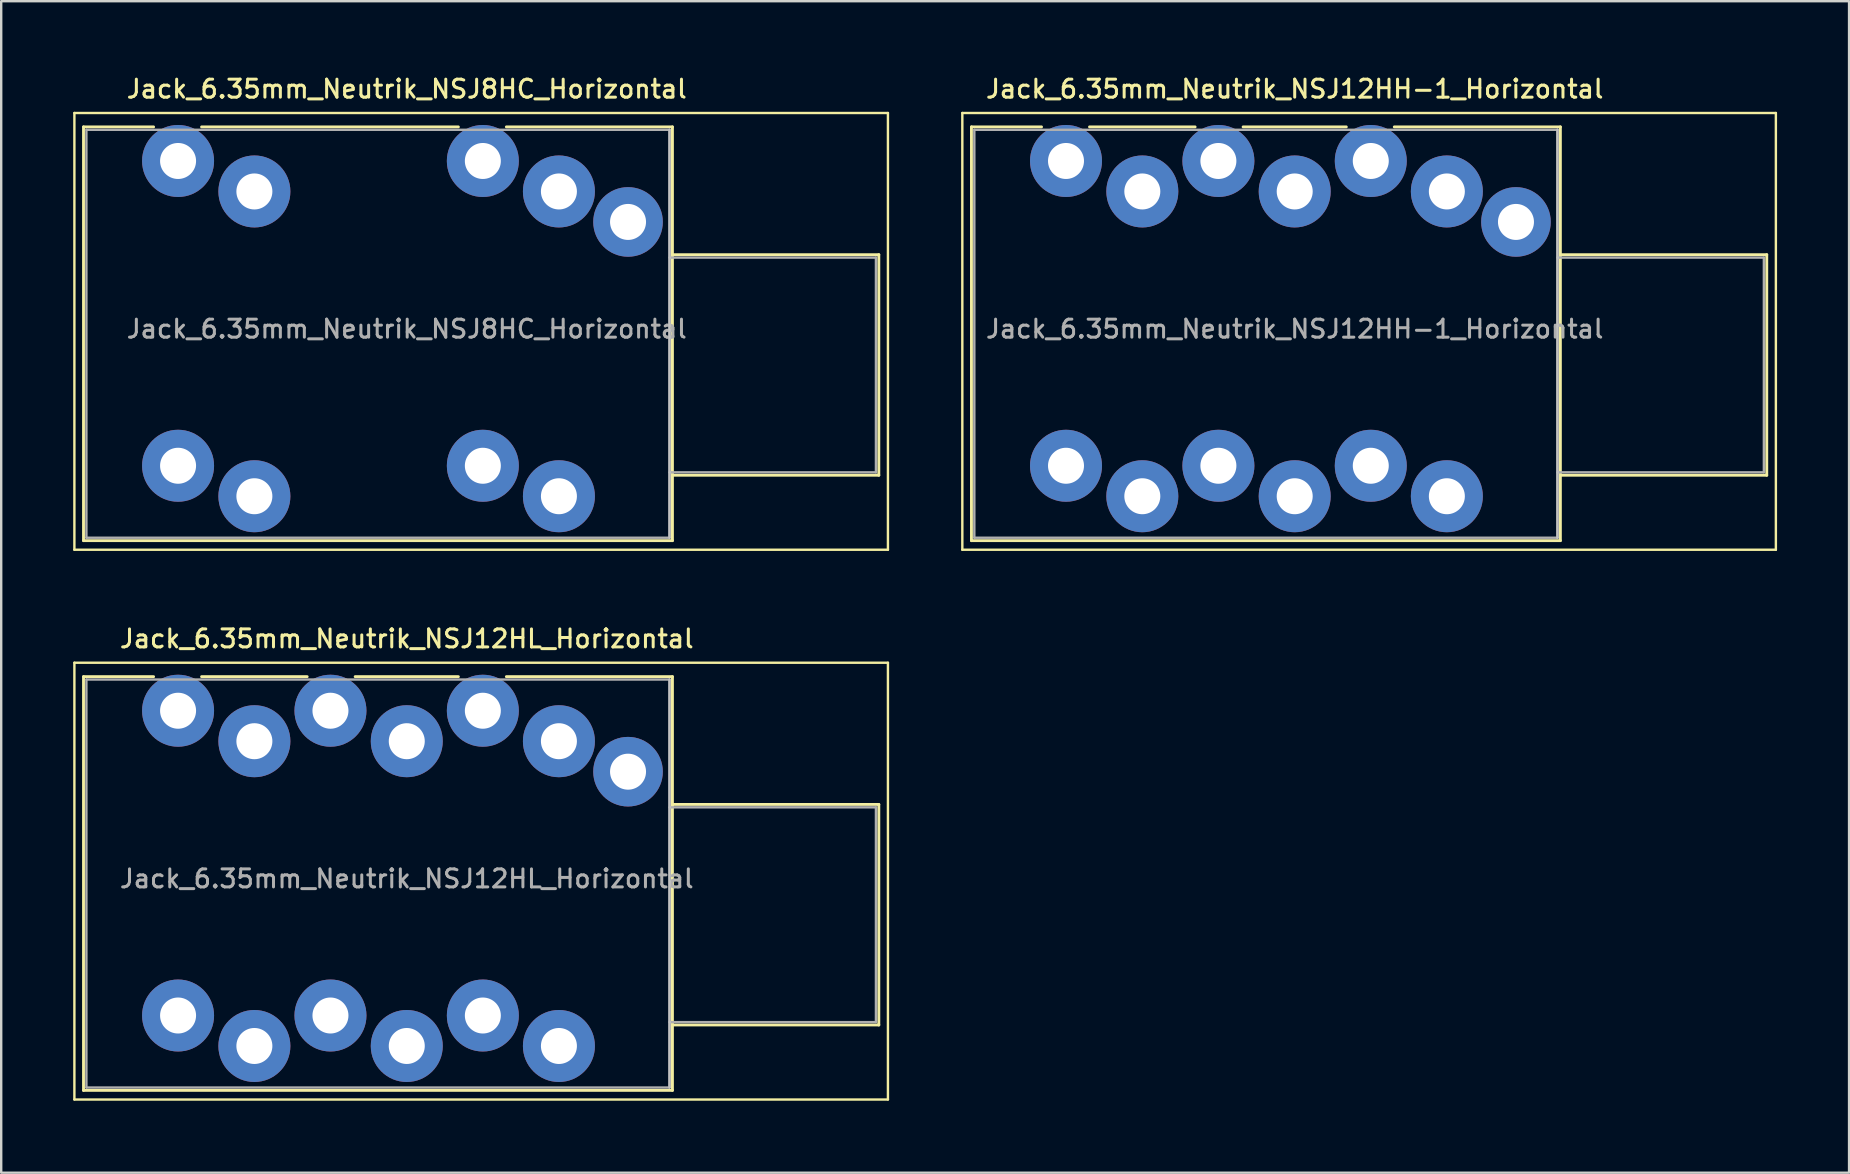
<source format=kicad_pcb>
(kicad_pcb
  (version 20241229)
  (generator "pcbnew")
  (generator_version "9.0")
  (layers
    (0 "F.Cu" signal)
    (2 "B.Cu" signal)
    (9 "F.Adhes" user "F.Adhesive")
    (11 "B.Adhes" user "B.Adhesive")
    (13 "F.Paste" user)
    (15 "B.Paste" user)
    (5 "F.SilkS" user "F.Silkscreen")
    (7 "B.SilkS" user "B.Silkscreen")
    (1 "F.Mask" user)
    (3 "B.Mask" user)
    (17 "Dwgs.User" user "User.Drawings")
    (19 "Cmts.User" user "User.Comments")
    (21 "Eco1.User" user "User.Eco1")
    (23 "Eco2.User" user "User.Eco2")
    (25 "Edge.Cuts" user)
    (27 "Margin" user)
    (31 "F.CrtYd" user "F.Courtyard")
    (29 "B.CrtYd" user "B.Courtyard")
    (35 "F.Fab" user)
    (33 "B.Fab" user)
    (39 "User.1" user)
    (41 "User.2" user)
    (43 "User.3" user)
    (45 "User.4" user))
  (footprint "Jack_6.35mm_Neutrik_NSJ12HL_Horizontal"
    (layer "F.Cu")
    (at 4.37 26.566)
    (property "Reference" "Jack_6.35mm_Neutrik_NSJ12HL_Horizontal" (at 9.53 -3 0) (layer "F.SilkS") (effects (font (size 0.75 0.75) (thickness 0.125))))
    (attr through_hole)
    (fp_line (start -4.32 16.2) (end -4.32 -2) (stroke (width 0.1) (type solid)) (layer "F.SilkS"))
    (fp_line (start -4.32 16.2) (end 29.58 16.2) (stroke (width 0.1) (type solid)) (layer "F.SilkS"))
    (fp_line (start -3.94 -1.42) (end -1.02 -1.42) (stroke (width 0.12) (type solid)) (layer "F.SilkS"))
    (fp_line (start -3.94 15.82) (end -3.94 -1.42) (stroke (width 0.12) (type solid)) (layer "F.SilkS"))
    (fp_line (start -3.94 15.82) (end 20.6 15.82) (stroke (width 0.12) (type solid)) (layer "F.SilkS"))
    (fp_line (start 0.98 -1.42) (end 5.38 -1.42) (stroke (width 0.12) (type solid)) (layer "F.SilkS"))
    (fp_line (start 7.38 -1.42) (end 11.68 -1.42) (stroke (width 0.12) (type solid)) (layer "F.SilkS"))
    (fp_line (start 13.68 -1.42) (end 20.6 -1.42) (stroke (width 0.12) (type solid)) (layer "F.SilkS"))
    (fp_line (start 20.6 -1.42) (end 20.6 15.82) (stroke (width 0.12) (type solid)) (layer "F.SilkS"))
    (fp_line (start 29.2 3.905) (end 20.6 3.905) (stroke (width 0.12) (type solid)) (layer "F.SilkS"))
    (fp_line (start 29.2 13.095) (end 20.6 13.095) (stroke (width 0.12) (type solid)) (layer "F.SilkS"))
    (fp_line (start 29.2 13.095) (end 29.2 3.905) (stroke (width 0.12) (type solid)) (layer "F.SilkS"))
    (fp_line (start 29.58 -2) (end -4.32 -2) (stroke (width 0.1) (type solid)) (layer "F.SilkS"))
    (fp_line (start 29.58 16.2) (end 29.58 -2) (stroke (width 0.1) (type solid)) (layer "F.SilkS"))
    (fp_line (start 20.48 -1.3) (end 20.48 15.7) (stroke (width 0.1) (type solid)) (layer "Dwgs.User"))
    (fp_line (start -3.82 -1.3) (end 20.48 -1.3) (stroke (width 0.1) (type solid)) (layer "F.Fab"))
    (fp_line (start -3.82 15.7) (end -3.82 -1.3) (stroke (width 0.1) (type solid)) (layer "F.Fab"))
    (fp_line (start 20.48 -1.3) (end 20.48 15.7) (stroke (width 0.1) (type solid)) (layer "F.Fab"))
    (fp_line (start 20.48 12.975) (end 29.08 12.975) (stroke (width 0.1) (type solid)) (layer "F.Fab"))
    (fp_line (start 20.48 15.7) (end -3.82 15.7) (stroke (width 0.1) (type solid)) (layer "F.Fab"))
    (fp_line (start 29.08 4.025) (end 20.48 4.025) (stroke (width 0.1) (type solid)) (layer "F.Fab"))
    (fp_line (start 29.08 12.975) (end 29.08 4.025) (stroke (width 0.1) (type solid)) (layer "F.Fab"))
    (fp_text user "${REFERENCE}" (at 9.53 7 0) (layer "F.Fab") (effects (font (size 0.75 0.75) (thickness 0.125))))
    (pad "G" thru_hole circle (at 18.75 2.54) (size 2.9 2.9) (drill 1.5) (layers "*.Cu" "*.Mask"))
    (pad "R1" thru_hole circle (at 6.35 0) (size 3 3) (drill 1.5) (layers "*.Cu" "*.Mask"))
    (pad "R2" thru_hole circle (at 9.53 1.27) (size 3 3) (drill 1.5) (layers "*.Cu" "*.Mask"))
    (pad "RN1" thru_hole circle (at 6.35 12.7) (size 3 3) (drill 1.5) (layers "*.Cu" "*.Mask"))
    (pad "RN2" thru_hole circle (at 9.53 13.97) (size 3 3) (drill 1.5) (layers "*.Cu" "*.Mask"))
    (pad "S1" thru_hole circle (at 12.7 0) (size 3 3) (drill 1.5) (layers "*.Cu" "*.Mask"))
    (pad "S2" thru_hole circle (at 15.87 1.27) (size 3 3) (drill 1.5) (layers "*.Cu" "*.Mask"))
    (pad "SN1" thru_hole circle (at 12.7 12.7) (size 3 3) (drill 1.5) (layers "*.Cu" "*.Mask"))
    (pad "SN2" thru_hole circle (at 15.87 13.97) (size 3 3) (drill 1.5) (layers "*.Cu" "*.Mask"))
    (pad "T1" thru_hole circle (at 0 0) (size 3 3) (drill 1.5) (layers "*.Cu" "*.Mask"))
    (pad "T2" thru_hole circle (at 3.18 1.27) (size 3 3) (drill 1.5) (layers "*.Cu" "*.Mask"))
    (pad "TN1" thru_hole circle (at 0 12.7) (size 3 3) (drill 1.5) (layers "*.Cu" "*.Mask"))
    (pad "TN2" thru_hole circle (at 3.18 13.97) (size 3 3) (drill 1.5) (layers "*.Cu" "*.Mask")))
  (footprint "Jack_6.35mm_Neutrik_NSJ8HC_Horizontal"
    (layer "F.Cu")
    (at 4.37 3.658)
    (property "Reference" "Jack_6.35mm_Neutrik_NSJ8HC_Horizontal" (at 9.53 -3 0) (layer "F.SilkS") (effects (font (size 0.75 0.75) (thickness 0.125))))
    (attr through_hole)
    (fp_line (start -4.32 16.2) (end -4.32 -2) (stroke (width 0.1) (type solid)) (layer "F.SilkS"))
    (fp_line (start -4.32 16.2) (end 29.58 16.2) (stroke (width 0.1) (type solid)) (layer "F.SilkS"))
    (fp_line (start -3.94 -1.42) (end -1.02 -1.42) (stroke (width 0.12) (type solid)) (layer "F.SilkS"))
    (fp_line (start -3.94 15.82) (end -3.94 -1.42) (stroke (width 0.12) (type solid)) (layer "F.SilkS"))
    (fp_line (start -3.94 15.82) (end 20.6 15.82) (stroke (width 0.12) (type solid)) (layer "F.SilkS"))
    (fp_line (start 0.98 -1.42) (end 11.68 -1.42) (stroke (width 0.12) (type solid)) (layer "F.SilkS"))
    (fp_line (start 13.68 -1.42) (end 20.6 -1.42) (stroke (width 0.12) (type solid)) (layer "F.SilkS"))
    (fp_line (start 20.6 -1.42) (end 20.6 15.82) (stroke (width 0.12) (type solid)) (layer "F.SilkS"))
    (fp_line (start 29.2 3.905) (end 20.6 3.905) (stroke (width 0.12) (type solid)) (layer "F.SilkS"))
    (fp_line (start 29.2 13.095) (end 20.6 13.095) (stroke (width 0.12) (type solid)) (layer "F.SilkS"))
    (fp_line (start 29.2 13.095) (end 29.2 3.905) (stroke (width 0.12) (type solid)) (layer "F.SilkS"))
    (fp_line (start 29.58 -2) (end -4.32 -2) (stroke (width 0.1) (type solid)) (layer "F.SilkS"))
    (fp_line (start 29.58 16.2) (end 29.58 -2) (stroke (width 0.1) (type solid)) (layer "F.SilkS"))
    (fp_line (start 20.48 -1.3) (end 20.48 15.7) (stroke (width 0.1) (type solid)) (layer "Dwgs.User"))
    (fp_line (start -3.82 -1.3) (end 20.48 -1.3) (stroke (width 0.1) (type solid)) (layer "F.Fab"))
    (fp_line (start -3.82 15.7) (end -3.82 -1.3) (stroke (width 0.1) (type solid)) (layer "F.Fab"))
    (fp_line (start 20.48 -1.3) (end 20.48 15.7) (stroke (width 0.1) (type solid)) (layer "F.Fab"))
    (fp_line (start 20.48 12.975) (end 29.08 12.975) (stroke (width 0.1) (type solid)) (layer "F.Fab"))
    (fp_line (start 20.48 15.7) (end -3.82 15.7) (stroke (width 0.1) (type solid)) (layer "F.Fab"))
    (fp_line (start 29.08 4.025) (end 20.48 4.025) (stroke (width 0.1) (type solid)) (layer "F.Fab"))
    (fp_line (start 29.08 12.975) (end 29.08 4.025) (stroke (width 0.1) (type solid)) (layer "F.Fab"))
    (fp_text user "${REFERENCE}" (at 9.53 7 0) (layer "F.Fab") (effects (font (size 0.75 0.75) (thickness 0.125))))
    (pad "G" thru_hole circle (at 18.75 2.54) (size 2.9 2.9) (drill 1.5) (layers "*.Cu" "*.Mask"))
    (pad "S1" thru_hole circle (at 12.7 0) (size 3 3) (drill 1.5) (layers "*.Cu" "*.Mask"))
    (pad "S2" thru_hole circle (at 15.87 1.27) (size 3 3) (drill 1.5) (layers "*.Cu" "*.Mask"))
    (pad "SN1" thru_hole circle (at 12.7 12.7) (size 3 3) (drill 1.5) (layers "*.Cu" "*.Mask"))
    (pad "SN2" thru_hole circle (at 15.87 13.97) (size 3 3) (drill 1.5) (layers "*.Cu" "*.Mask"))
    (pad "T1" thru_hole circle (at 0 0) (size 3 3) (drill 1.5) (layers "*.Cu" "*.Mask"))
    (pad "T2" thru_hole circle (at 3.18 1.27) (size 3 3) (drill 1.5) (layers "*.Cu" "*.Mask"))
    (pad "TN1" thru_hole circle (at 0 12.7) (size 3 3) (drill 1.5) (layers "*.Cu" "*.Mask"))
    (pad "TN2" thru_hole circle (at 3.18 13.97) (size 3 3) (drill 1.5) (layers "*.Cu" "*.Mask")))
  (footprint "Jack_6.35mm_Neutrik_NSJ12HH-1_Horizontal"
    (layer "F.Cu")
    (at 41.37 3.658)
    (property "Reference" "Jack_6.35mm_Neutrik_NSJ12HH-1_Horizontal" (at 9.53 -3 0) (layer "F.SilkS") (effects (font (size 0.75 0.75) (thickness 0.125))))
    (attr through_hole)
    (fp_line (start -4.32 16.2) (end -4.32 -2) (stroke (width 0.1) (type solid)) (layer "F.SilkS"))
    (fp_line (start -4.32 16.2) (end 29.58 16.2) (stroke (width 0.1) (type solid)) (layer "F.SilkS"))
    (fp_line (start -3.94 -1.42) (end -1.02 -1.42) (stroke (width 0.12) (type solid)) (layer "F.SilkS"))
    (fp_line (start -3.94 15.82) (end -3.94 -1.42) (stroke (width 0.12) (type solid)) (layer "F.SilkS"))
    (fp_line (start -3.94 15.82) (end 20.6 15.82) (stroke (width 0.12) (type solid)) (layer "F.SilkS"))
    (fp_line (start 0.98 -1.42) (end 5.38 -1.42) (stroke (width 0.12) (type solid)) (layer "F.SilkS"))
    (fp_line (start 7.38 -1.42) (end 11.68 -1.42) (stroke (width 0.12) (type solid)) (layer "F.SilkS"))
    (fp_line (start 13.68 -1.42) (end 20.6 -1.42) (stroke (width 0.12) (type solid)) (layer "F.SilkS"))
    (fp_line (start 20.6 -1.42) (end 20.6 15.82) (stroke (width 0.12) (type solid)) (layer "F.SilkS"))
    (fp_line (start 29.2 3.905) (end 20.6 3.905) (stroke (width 0.12) (type solid)) (layer "F.SilkS"))
    (fp_line (start 29.2 13.095) (end 20.6 13.095) (stroke (width 0.12) (type solid)) (layer "F.SilkS"))
    (fp_line (start 29.2 13.095) (end 29.2 3.905) (stroke (width 0.12) (type solid)) (layer "F.SilkS"))
    (fp_line (start 29.58 -2) (end -4.32 -2) (stroke (width 0.1) (type solid)) (layer "F.SilkS"))
    (fp_line (start 29.58 16.2) (end 29.58 -2) (stroke (width 0.1) (type solid)) (layer "F.SilkS"))
    (fp_line (start 20.48 -1.3) (end 20.48 15.7) (stroke (width 0.1) (type solid)) (layer "Dwgs.User"))
    (fp_line (start -3.82 -1.3) (end 20.48 -1.3) (stroke (width 0.1) (type solid)) (layer "F.Fab"))
    (fp_line (start -3.82 15.7) (end -3.82 -1.3) (stroke (width 0.1) (type solid)) (layer "F.Fab"))
    (fp_line (start 20.48 -1.3) (end 20.48 15.7) (stroke (width 0.1) (type solid)) (layer "F.Fab"))
    (fp_line (start 20.48 12.975) (end 29.08 12.975) (stroke (width 0.1) (type solid)) (layer "F.Fab"))
    (fp_line (start 20.48 15.7) (end -3.82 15.7) (stroke (width 0.1) (type solid)) (layer "F.Fab"))
    (fp_line (start 29.08 4.025) (end 20.48 4.025) (stroke (width 0.1) (type solid)) (layer "F.Fab"))
    (fp_line (start 29.08 12.975) (end 29.08 4.025) (stroke (width 0.1) (type solid)) (layer "F.Fab"))
    (fp_text user "${REFERENCE}" (at 9.53 7 0) (layer "F.Fab") (effects (font (size 0.75 0.75) (thickness 0.125))))
    (pad "G" thru_hole circle (at 18.75 2.54) (size 2.9 2.9) (drill 1.5) (layers "*.Cu" "*.Mask"))
    (pad "R1" thru_hole circle (at 6.35 0) (size 3 3) (drill 1.5) (layers "*.Cu" "*.Mask"))
    (pad "R2" thru_hole circle (at 9.53 1.27) (size 3 3) (drill 1.5) (layers "*.Cu" "*.Mask"))
    (pad "RN1" thru_hole circle (at 6.35 12.7) (size 3 3) (drill 1.5) (layers "*.Cu" "*.Mask"))
    (pad "RN2" thru_hole circle (at 9.53 13.97) (size 3 3) (drill 1.5) (layers "*.Cu" "*.Mask"))
    (pad "S1" thru_hole circle (at 12.7 0) (size 3 3) (drill 1.5) (layers "*.Cu" "*.Mask"))
    (pad "S2" thru_hole circle (at 15.87 1.27) (size 3 3) (drill 1.5) (layers "*.Cu" "*.Mask"))
    (pad "SN1" thru_hole circle (at 12.7 12.7) (size 3 3) (drill 1.5) (layers "*.Cu" "*.Mask"))
    (pad "SN2" thru_hole circle (at 15.87 13.97) (size 3 3) (drill 1.5) (layers "*.Cu" "*.Mask"))
    (pad "T1" thru_hole circle (at 0 0) (size 3 3) (drill 1.5) (layers "*.Cu" "*.Mask"))
    (pad "T2" thru_hole circle (at 3.18 1.27) (size 3 3) (drill 1.5) (layers "*.Cu" "*.Mask"))
    (pad "TN1" thru_hole circle (at 0 12.7) (size 3 3) (drill 1.5) (layers "*.Cu" "*.Mask"))
    (pad "TN2" thru_hole circle (at 3.18 13.97) (size 3 3) (drill 1.5) (layers "*.Cu" "*.Mask")))
  (gr_rect
    (start -3 -3)
    (end 74 45.816)
    (stroke (width 0.1) (type default))
    (fill no)
    (layer "Edge.Cuts")))
</source>
